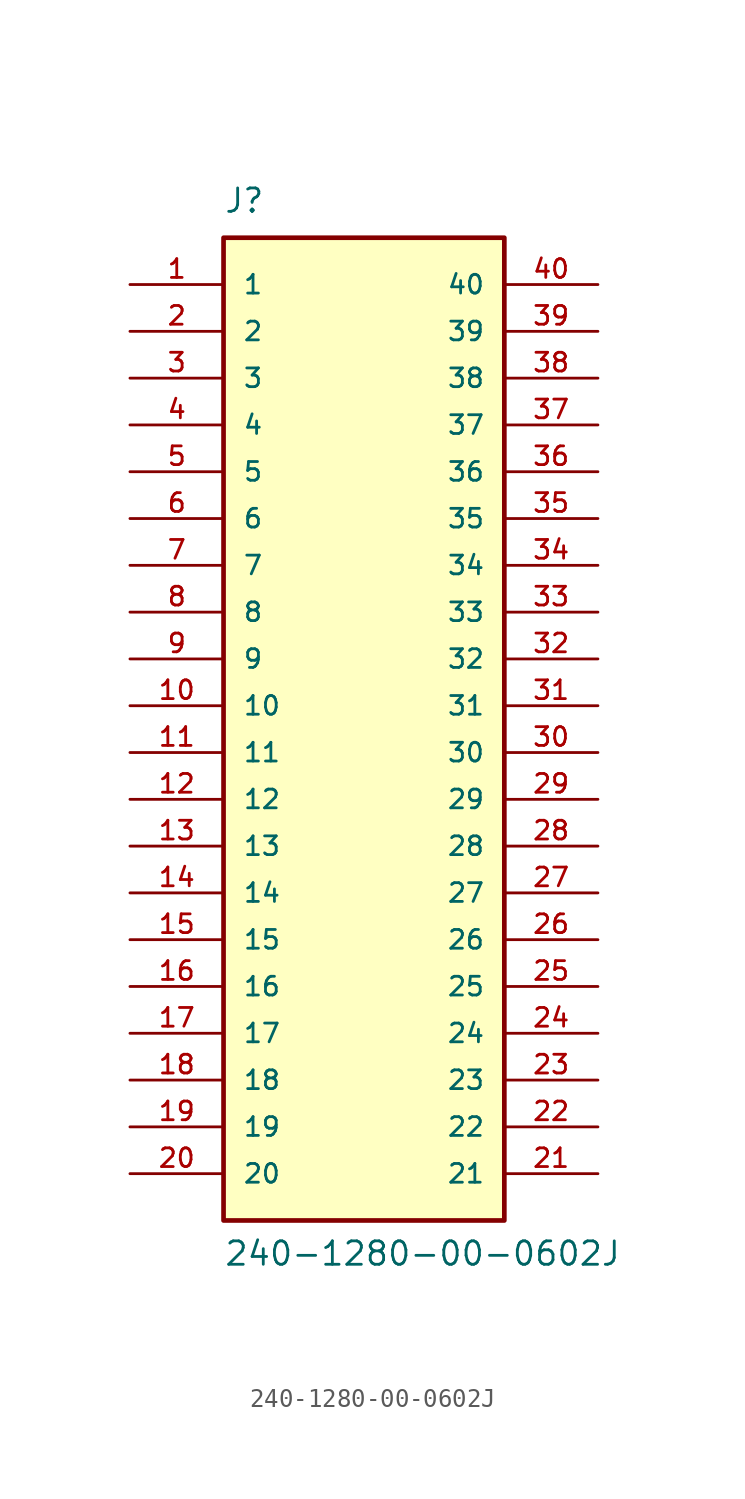
<source format=kicad_sym>
(kicad_symbol_lib
  (version 20220914)
  (generator kicad_symbol_editor)
  (symbol "240-1280-00-0602J"
    (pin_names
      (offset 1.016))
    (property "Reference" "J"
      (at -63.5 27.94 0)
      (effects (font (size 1.27 1.27)) (justify left bottom)))
    (property "Value" "240-1280-00-0602J"
      (at -63.5 -29.21 0)
      (effects (font (size 1.27 1.27)) (justify left bottom)))
    (property "ki_locked" ""
      (at 0 0 0)
      (effects (font (size 1.27 1.27))))
    (symbol "240-1280-00-0602J_0_0"
      (rectangle (start -63.5 26.67) (end -48.26 -26.67) (stroke (width 0.254) (type solid)) (fill (type background)))
      (pin passive line (at -68.58 24.13 0) (length 5.08) (name "1" (effects (font (size 1.016 1.016)))) (number "1" (effects (font (size 1.016 1.016)))))
      (pin passive line (at -68.58 1.27 0) (length 5.08) (name "10" (effects (font (size 1.016 1.016)))) (number "10" (effects (font (size 1.016 1.016)))))
      (pin passive line (at -68.58 -1.27 0) (length 5.08) (name "11" (effects (font (size 1.016 1.016)))) (number "11" (effects (font (size 1.016 1.016)))))
      (pin passive line (at -68.58 -3.81 0) (length 5.08) (name "12" (effects (font (size 1.016 1.016)))) (number "12" (effects (font (size 1.016 1.016)))))
      (pin passive line (at -68.58 -6.35 0) (length 5.08) (name "13" (effects (font (size 1.016 1.016)))) (number "13" (effects (font (size 1.016 1.016)))))
      (pin passive line (at -68.58 -8.89 0) (length 5.08) (name "14" (effects (font (size 1.016 1.016)))) (number "14" (effects (font (size 1.016 1.016)))))
      (pin passive line (at -68.58 -11.43 0) (length 5.08) (name "15" (effects (font (size 1.016 1.016)))) (number "15" (effects (font (size 1.016 1.016)))))
      (pin passive line (at -68.58 -13.97 0) (length 5.08) (name "16" (effects (font (size 1.016 1.016)))) (number "16" (effects (font (size 1.016 1.016)))))
      (pin passive line (at -68.58 -16.51 0) (length 5.08) (name "17" (effects (font (size 1.016 1.016)))) (number "17" (effects (font (size 1.016 1.016)))))
      (pin passive line (at -68.58 -19.05 0) (length 5.08) (name "18" (effects (font (size 1.016 1.016)))) (number "18" (effects (font (size 1.016 1.016)))))
      (pin passive line (at -68.58 -21.59 0) (length 5.08) (name "19" (effects (font (size 1.016 1.016)))) (number "19" (effects (font (size 1.016 1.016)))))
      (pin passive line (at -68.58 21.59 0) (length 5.08) (name "2" (effects (font (size 1.016 1.016)))) (number "2" (effects (font (size 1.016 1.016)))))
      (pin passive line (at -68.58 -24.13 0) (length 5.08) (name "20" (effects (font (size 1.016 1.016)))) (number "20" (effects (font (size 1.016 1.016)))))
      (pin passive line (at -43.18 -24.13 180) (length 5.08) (name "21" (effects (font (size 1.016 1.016)))) (number "21" (effects (font (size 1.016 1.016)))))
      (pin passive line (at -43.18 -21.59 180) (length 5.08) (name "22" (effects (font (size 1.016 1.016)))) (number "22" (effects (font (size 1.016 1.016)))))
      (pin passive line (at -43.18 -19.05 180) (length 5.08) (name "23" (effects (font (size 1.016 1.016)))) (number "23" (effects (font (size 1.016 1.016)))))
      (pin passive line (at -43.18 -16.51 180) (length 5.08) (name "24" (effects (font (size 1.016 1.016)))) (number "24" (effects (font (size 1.016 1.016)))))
      (pin passive line (at -43.18 -13.97 180) (length 5.08) (name "25" (effects (font (size 1.016 1.016)))) (number "25" (effects (font (size 1.016 1.016)))))
      (pin passive line (at -43.18 -11.43 180) (length 5.08) (name "26" (effects (font (size 1.016 1.016)))) (number "26" (effects (font (size 1.016 1.016)))))
      (pin passive line (at -43.18 -8.89 180) (length 5.08) (name "27" (effects (font (size 1.016 1.016)))) (number "27" (effects (font (size 1.016 1.016)))))
      (pin passive line (at -43.18 -6.35 180) (length 5.08) (name "28" (effects (font (size 1.016 1.016)))) (number "28" (effects (font (size 1.016 1.016)))))
      (pin passive line (at -43.18 -3.81 180) (length 5.08) (name "29" (effects (font (size 1.016 1.016)))) (number "29" (effects (font (size 1.016 1.016)))))
      (pin passive line (at -68.58 19.05 0) (length 5.08) (name "3" (effects (font (size 1.016 1.016)))) (number "3" (effects (font (size 1.016 1.016)))))
      (pin passive line (at -43.18 -1.27 180) (length 5.08) (name "30" (effects (font (size 1.016 1.016)))) (number "30" (effects (font (size 1.016 1.016)))))
      (pin passive line (at -43.18 1.27 180) (length 5.08) (name "31" (effects (font (size 1.016 1.016)))) (number "31" (effects (font (size 1.016 1.016)))))
      (pin passive line (at -43.18 3.81 180) (length 5.08) (name "32" (effects (font (size 1.016 1.016)))) (number "32" (effects (font (size 1.016 1.016)))))
      (pin passive line (at -43.18 6.35 180) (length 5.08) (name "33" (effects (font (size 1.016 1.016)))) (number "33" (effects (font (size 1.016 1.016)))))
      (pin passive line (at -43.18 8.89 180) (length 5.08) (name "34" (effects (font (size 1.016 1.016)))) (number "34" (effects (font (size 1.016 1.016)))))
      (pin passive line (at -43.18 11.43 180) (length 5.08) (name "35" (effects (font (size 1.016 1.016)))) (number "35" (effects (font (size 1.016 1.016)))))
      (pin passive line (at -43.18 13.97 180) (length 5.08) (name "36" (effects (font (size 1.016 1.016)))) (number "36" (effects (font (size 1.016 1.016)))))
      (pin passive line (at -43.18 16.51 180) (length 5.08) (name "37" (effects (font (size 1.016 1.016)))) (number "37" (effects (font (size 1.016 1.016)))))
      (pin passive line (at -43.18 19.05 180) (length 5.08) (name "38" (effects (font (size 1.016 1.016)))) (number "38" (effects (font (size 1.016 1.016)))))
      (pin passive line (at -43.18 21.59 180) (length 5.08) (name "39" (effects (font (size 1.016 1.016)))) (number "39" (effects (font (size 1.016 1.016)))))
      (pin passive line (at -68.58 16.51 0) (length 5.08) (name "4" (effects (font (size 1.016 1.016)))) (number "4" (effects (font (size 1.016 1.016)))))
      (pin passive line (at -43.18 24.13 180) (length 5.08) (name "40" (effects (font (size 1.016 1.016)))) (number "40" (effects (font (size 1.016 1.016)))))
      (pin passive line (at -68.58 13.97 0) (length 5.08) (name "5" (effects (font (size 1.016 1.016)))) (number "5" (effects (font (size 1.016 1.016)))))
      (pin passive line (at -68.58 11.43 0) (length 5.08) (name "6" (effects (font (size 1.016 1.016)))) (number "6" (effects (font (size 1.016 1.016)))))
      (pin passive line (at -68.58 8.89 0) (length 5.08) (name "7" (effects (font (size 1.016 1.016)))) (number "7" (effects (font (size 1.016 1.016)))))
      (pin passive line (at -68.58 6.35 0) (length 5.08) (name "8" (effects (font (size 1.016 1.016)))) (number "8" (effects (font (size 1.016 1.016)))))
      (pin passive line (at -68.58 3.81 0) (length 5.08) (name "9" (effects (font (size 1.016 1.016)))) (number "9" (effects (font (size 1.016 1.016))))))))
</source>
